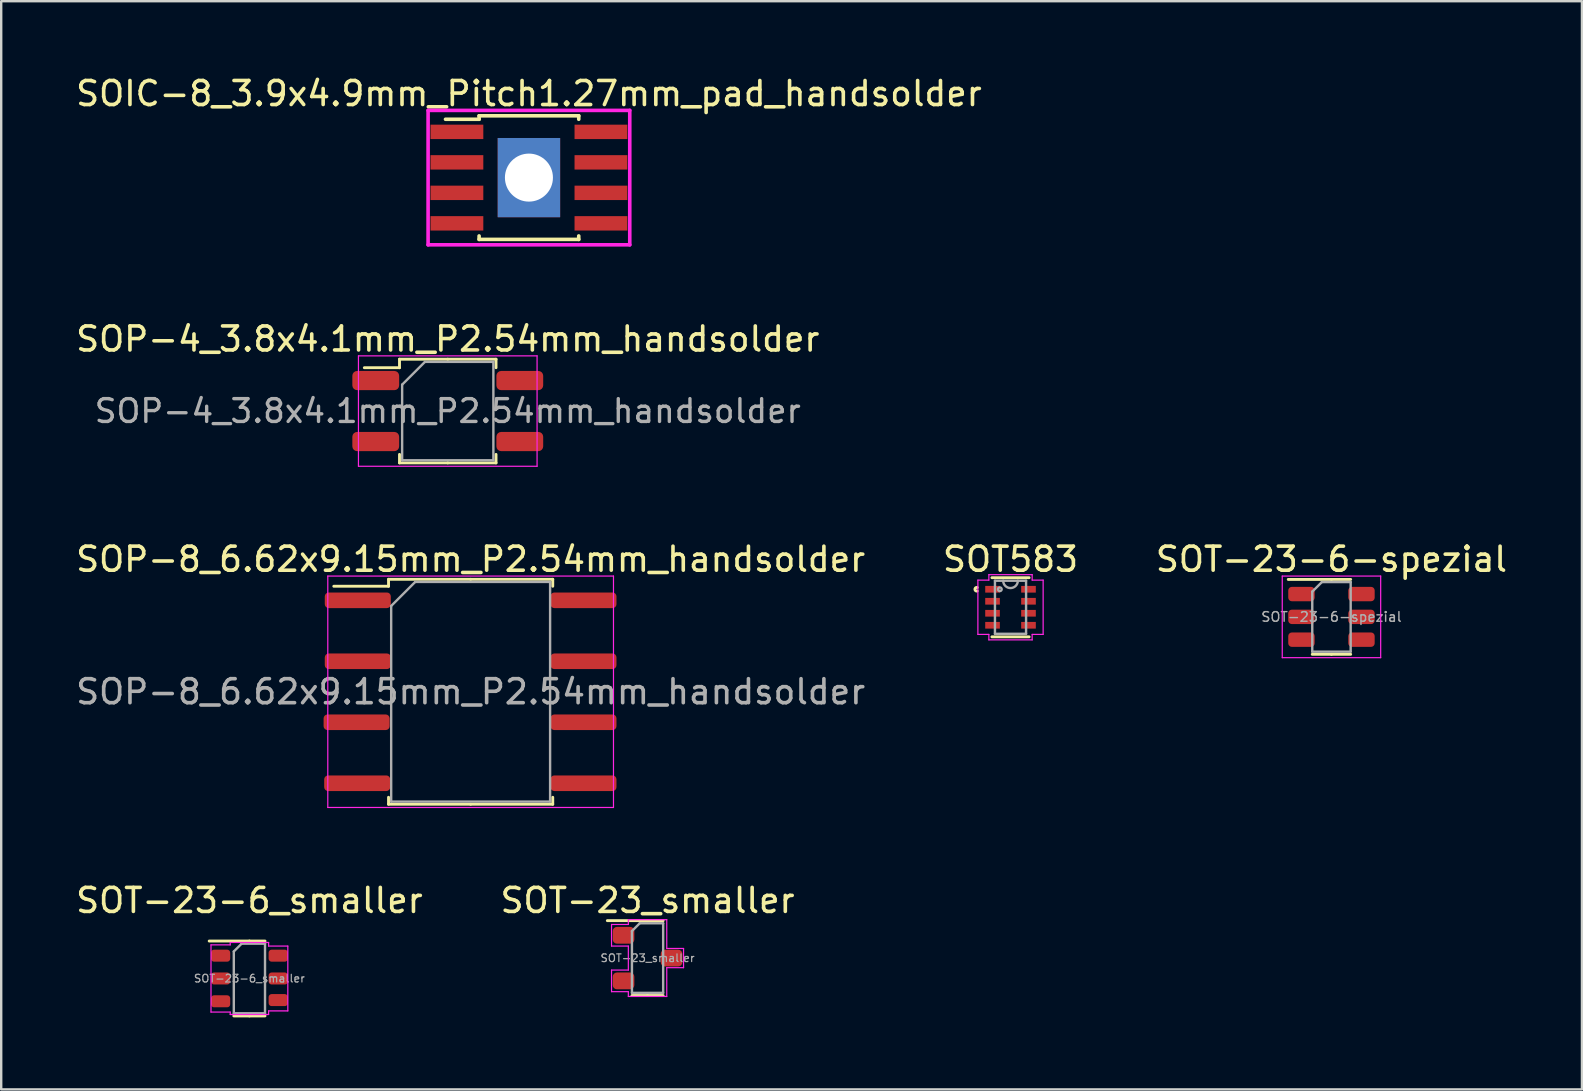
<source format=kicad_pcb>
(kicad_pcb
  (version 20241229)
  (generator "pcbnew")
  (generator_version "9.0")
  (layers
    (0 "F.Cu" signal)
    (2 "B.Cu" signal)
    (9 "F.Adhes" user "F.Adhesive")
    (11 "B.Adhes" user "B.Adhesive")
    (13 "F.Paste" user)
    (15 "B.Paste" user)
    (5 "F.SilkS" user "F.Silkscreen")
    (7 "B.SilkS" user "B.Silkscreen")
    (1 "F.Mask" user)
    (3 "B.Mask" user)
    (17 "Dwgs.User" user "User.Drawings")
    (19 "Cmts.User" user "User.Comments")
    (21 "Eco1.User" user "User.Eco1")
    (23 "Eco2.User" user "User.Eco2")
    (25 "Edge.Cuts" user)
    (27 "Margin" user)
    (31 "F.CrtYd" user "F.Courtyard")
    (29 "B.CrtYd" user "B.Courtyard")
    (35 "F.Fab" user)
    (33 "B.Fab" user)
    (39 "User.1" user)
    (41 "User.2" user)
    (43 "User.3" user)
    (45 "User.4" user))
  (footprint "SOT-23_smaller"
    (layer "F.Cu")
    (at 23.923 36.858)
    (property "Reference" "SOT-23_smaller" (at 0 -2.4 0) (layer "F.SilkS") (effects (font (size 1 1) (thickness 0.15))))
    (attr smd)
    (fp_line (start 0 -1.56) (end -1.675 -1.56) (stroke (width 0.12) (type solid)) (layer "F.SilkS"))
    (fp_line (start 0 -1.56) (end 0.65 -1.56) (stroke (width 0.12) (type solid)) (layer "F.SilkS"))
    (fp_line (start 0 1.56) (end -0.65 1.56) (stroke (width 0.12) (type solid)) (layer "F.SilkS"))
    (fp_line (start 0 1.56) (end 0.65 1.56) (stroke (width 0.12) (type solid)) (layer "F.SilkS"))
    (fp_line (start -1.5 -1.4) (end -1.5 -0.5) (stroke (width 0.05) (type solid)) (layer "F.CrtYd"))
    (fp_line (start -1.5 -1.4) (end -0.8 -1.4) (stroke (width 0.05) (type solid)) (layer "F.CrtYd"))
    (fp_line (start -1.5 -0.5) (end -0.8 -0.5) (stroke (width 0.05) (type solid)) (layer "F.CrtYd"))
    (fp_line (start -1.5 1.4) (end -1.5 0.5) (stroke (width 0.05) (type solid)) (layer "F.CrtYd"))
    (fp_line (start -0.8 -1.4) (end -0.8 -1.6) (stroke (width 0.05) (type solid)) (layer "F.CrtYd"))
    (fp_line (start -0.8 -0.5) (end -0.8 0.5) (stroke (width 0.05) (type solid)) (layer "F.CrtYd"))
    (fp_line (start -0.8 0.5) (end -1.5 0.5) (stroke (width 0.05) (type solid)) (layer "F.CrtYd"))
    (fp_line (start -0.8 1.4) (end -1.5 1.4) (stroke (width 0.05) (type solid)) (layer "F.CrtYd"))
    (fp_line (start -0.8 1.6) (end -0.8 1.4) (stroke (width 0.05) (type solid)) (layer "F.CrtYd"))
    (fp_line (start -0.8 1.6) (end 0.8 1.6) (stroke (width 0.05) (type solid)) (layer "F.CrtYd"))
    (fp_line (start 0.8 -1.6) (end -0.8 -1.6) (stroke (width 0.05) (type solid)) (layer "F.CrtYd"))
    (fp_line (start 0.8 -1.6) (end 0.8 -0.4) (stroke (width 0.05) (type solid)) (layer "F.CrtYd"))
    (fp_line (start 0.8 -0.4) (end 1.5 -0.4) (stroke (width 0.05) (type solid)) (layer "F.CrtYd"))
    (fp_line (start 0.8 0.4) (end 1.5 0.4) (stroke (width 0.05) (type solid)) (layer "F.CrtYd"))
    (fp_line (start 0.8 1.6) (end 0.8 0.4) (stroke (width 0.05) (type solid)) (layer "F.CrtYd"))
    (fp_line (start 1.5 0.4) (end 1.5 -0.4) (stroke (width 0.05) (type solid)) (layer "F.CrtYd"))
    (fp_line (start -0.65 -1.125) (end -0.325 -1.45) (stroke (width 0.1) (type solid)) (layer "F.Fab"))
    (fp_line (start -0.65 1.45) (end -0.65 -1.125) (stroke (width 0.1) (type solid)) (layer "F.Fab"))
    (fp_line (start -0.325 -1.45) (end 0.65 -1.45) (stroke (width 0.1) (type solid)) (layer "F.Fab"))
    (fp_line (start 0.65 -1.45) (end 0.65 1.45) (stroke (width 0.1) (type solid)) (layer "F.Fab"))
    (fp_line (start 0.65 1.45) (end -0.65 1.45) (stroke (width 0.1) (type solid)) (layer "F.Fab"))
    (fp_text user "${REFERENCE}" (at 0 0 0) (layer "F.Fab") (effects (font (size 0.32 0.32) (thickness 0.05))))
    (pad "1" smd roundrect (at -1 -0.95) (size 0.9 0.7) (layers "F.Cu" "F.Mask" "F.Paste") (roundrect_rratio 0.25))
    (pad "2" smd roundrect (at -1 0.95) (size 0.9 0.7) (layers "F.Cu" "F.Mask" "F.Paste") (roundrect_rratio 0.25))
    (pad "3" smd roundrect (at 1 0) (size 0.9 0.7) (layers "F.Cu" "F.Mask" "F.Paste") (roundrect_rratio 0.25)))
  (footprint "SOP-8_6.62x9.15mm_P2.54mm_handsolder"
    (layer "F.Cu")
    (at 16.554 25.765)
    (property "Reference" "SOP-8_6.62x9.15mm_P2.54mm_handsolder" (at 0 -5.52 0) (layer "F.SilkS") (effects (font (size 1 1) (thickness 0.15))))
    (attr smd)
    (fp_line (start -3.42 -4.685) (end -3.42 -4.395) (stroke (width 0.12) (type solid)) (layer "F.SilkS"))
    (fp_line (start -3.42 -4.395) (end -5.7 -4.395) (stroke (width 0.12) (type solid)) (layer "F.SilkS"))
    (fp_line (start -3.42 4.685) (end -3.42 4.395) (stroke (width 0.12) (type solid)) (layer "F.SilkS"))
    (fp_line (start 0 -4.685) (end -3.42 -4.685) (stroke (width 0.12) (type solid)) (layer "F.SilkS"))
    (fp_line (start 0 -4.685) (end 3.42 -4.685) (stroke (width 0.12) (type solid)) (layer "F.SilkS"))
    (fp_line (start 0 4.685) (end -3.42 4.685) (stroke (width 0.12) (type solid)) (layer "F.SilkS"))
    (fp_line (start 0 4.685) (end 3.42 4.685) (stroke (width 0.12) (type solid)) (layer "F.SilkS"))
    (fp_line (start 3.42 -4.685) (end 3.42 -4.395) (stroke (width 0.12) (type solid)) (layer "F.SilkS"))
    (fp_line (start 3.42 4.685) (end 3.42 4.395) (stroke (width 0.12) (type solid)) (layer "F.SilkS"))
    (fp_line (start -5.95 -4.82) (end -5.95 4.82) (stroke (width 0.05) (type solid)) (layer "F.CrtYd"))
    (fp_line (start -5.95 4.82) (end 5.95 4.82) (stroke (width 0.05) (type solid)) (layer "F.CrtYd"))
    (fp_line (start 5.95 -4.82) (end -5.95 -4.82) (stroke (width 0.05) (type solid)) (layer "F.CrtYd"))
    (fp_line (start 5.95 4.82) (end 5.95 -4.82) (stroke (width 0.05) (type solid)) (layer "F.CrtYd"))
    (fp_line (start -3.31 -3.575) (end -2.31 -4.575) (stroke (width 0.1) (type solid)) (layer "F.Fab"))
    (fp_line (start -3.31 4.575) (end -3.31 -3.575) (stroke (width 0.1) (type solid)) (layer "F.Fab"))
    (fp_line (start -2.31 -4.575) (end 3.31 -4.575) (stroke (width 0.1) (type solid)) (layer "F.Fab"))
    (fp_line (start 3.31 -4.575) (end 3.31 4.575) (stroke (width 0.1) (type solid)) (layer "F.Fab"))
    (fp_line (start 3.31 4.575) (end -3.31 4.575) (stroke (width 0.1) (type solid)) (layer "F.Fab"))
    (fp_text user "${REFERENCE}" (at 0 0 0) (layer "F.Fab") (effects (font (size 1 1) (thickness 0.15))))
    (pad "1" smd roundrect (at -4.7 -3.81) (size 2.75 0.65) (layers "F.Cu" "F.Mask" "F.Paste") (roundrect_rratio 0.25))
    (pad "2" smd roundrect (at -4.7 -1.27) (size 2.75 0.65) (layers "F.Cu" "F.Mask" "F.Paste") (roundrect_rratio 0.25))
    (pad "3" smd roundrect (at -4.75 1.27) (size 2.75 0.65) (layers "F.Cu" "F.Mask" "F.Paste") (roundrect_rratio 0.25))
    (pad "4" smd roundrect (at -4.725 3.81) (size 2.75 0.65) (layers "F.Cu" "F.Mask" "F.Paste") (roundrect_rratio 0.25))
    (pad "5" smd roundrect (at 4.7 3.81) (size 2.75 0.65) (layers "F.Cu" "F.Mask" "F.Paste") (roundrect_rratio 0.25))
    (pad "6" smd roundrect (at 4.7 1.27) (size 2.75 0.65) (layers "F.Cu" "F.Mask" "F.Paste") (roundrect_rratio 0.25))
    (pad "7" smd roundrect (at 4.7 -1.27) (size 2.75 0.65) (layers "F.Cu" "F.Mask" "F.Paste") (roundrect_rratio 0.25))
    (pad "8" smd roundrect (at 4.7 -3.81) (size 2.75 0.65) (layers "F.Cu" "F.Mask" "F.Paste") (roundrect_rratio 0.25)))
  (footprint "SOT-23-6-spezial"
    (layer "F.Cu")
    (at 52.411 22.645)
    (property "Reference" "SOT-23-6-spezial" (at 0 -2.4 0) (layer "F.SilkS") (effects (font (size 1 1) (thickness 0.15))))
    (attr smd)
    (fp_line (start 0 -1.56) (end -1.8 -1.56) (stroke (width 0.12) (type solid)) (layer "F.SilkS"))
    (fp_line (start 0 -1.56) (end 0.8 -1.56) (stroke (width 0.12) (type solid)) (layer "F.SilkS"))
    (fp_line (start 0 1.56) (end -0.8 1.56) (stroke (width 0.12) (type solid)) (layer "F.SilkS"))
    (fp_line (start 0 1.56) (end 0.8 1.56) (stroke (width 0.12) (type solid)) (layer "F.SilkS"))
    (fp_line (start -2.05 -1.7) (end -2.05 1.7) (stroke (width 0.05) (type solid)) (layer "F.CrtYd"))
    (fp_line (start -2.05 1.7) (end 2.05 1.7) (stroke (width 0.05) (type solid)) (layer "F.CrtYd"))
    (fp_line (start 2.05 -1.7) (end -2.05 -1.7) (stroke (width 0.05) (type solid)) (layer "F.CrtYd"))
    (fp_line (start 2.05 1.7) (end 2.05 -1.7) (stroke (width 0.05) (type solid)) (layer "F.CrtYd"))
    (fp_line (start -0.8 -1.05) (end -0.4 -1.45) (stroke (width 0.1) (type solid)) (layer "F.Fab"))
    (fp_line (start -0.8 1.45) (end -0.8 -1.05) (stroke (width 0.1) (type solid)) (layer "F.Fab"))
    (fp_line (start -0.4 -1.45) (end 0.8 -1.45) (stroke (width 0.1) (type solid)) (layer "F.Fab"))
    (fp_line (start 0.8 -1.45) (end 0.8 1.45) (stroke (width 0.1) (type solid)) (layer "F.Fab"))
    (fp_line (start 0.8 1.45) (end -0.8 1.45) (stroke (width 0.1) (type solid)) (layer "F.Fab"))
    (fp_text user "${REFERENCE}" (at 0 0 0) (layer "F.Fab") (effects (font (size 0.4 0.4) (thickness 0.06))))
    (pad "1" smd roundrect (at -1.25 -0.95) (size 1.1 0.6) (layers "F.Cu" "F.Mask" "F.Paste") (roundrect_rratio 0.25))
    (pad "2" smd roundrect (at -1.25 0) (size 1.1 0.6) (layers "F.Cu" "F.Mask" "F.Paste") (roundrect_rratio 0.25))
    (pad "3" smd roundrect (at -1.25 0.95) (size 1.1 0.6) (layers "F.Cu" "F.Mask" "F.Paste") (roundrect_rratio 0.25))
    (pad "4" smd roundrect (at 1.25 0.95) (size 1.1 0.6) (layers "F.Cu" "F.Mask" "F.Paste") (roundrect_rratio 0.25))
    (pad "5" smd roundrect (at 1.25 0) (size 1.1 0.6) (layers "F.Cu" "F.Mask" "F.Paste") (roundrect_rratio 0.25))
    (pad "6" smd roundrect (at 1.25 -0.95) (size 1.1 0.6) (layers "F.Cu" "F.Mask" "F.Paste") (roundrect_rratio 0.25)))
  (footprint "SOIC-8_3.9x4.9mm_Pitch1.27mm_pad_handsolder"
    (layer "F.Cu")
    (at 18.982 4.348)
    (property "Reference" "SOIC-8_3.9x4.9mm_Pitch1.27mm_pad_handsolder" (at 0 -3.5 0) (layer "F.SilkS") (effects (font (size 1 1) (thickness 0.15))))
    (attr smd)
    (fp_line (start -2.075 -2.575) (end -2.075 -2.43) (stroke (width 0.15) (type solid)) (layer "F.SilkS"))
    (fp_line (start -2.075 -2.575) (end 2.075 -2.575) (stroke (width 0.15) (type solid)) (layer "F.SilkS"))
    (fp_line (start -2.075 -2.43) (end -3.475 -2.43) (stroke (width 0.15) (type solid)) (layer "F.SilkS"))
    (fp_line (start -2.075 2.575) (end -2.075 2.43) (stroke (width 0.15) (type solid)) (layer "F.SilkS"))
    (fp_line (start -2.075 2.575) (end 2.075 2.575) (stroke (width 0.15) (type solid)) (layer "F.SilkS"))
    (fp_line (start 2.075 -2.575) (end 2.075 -2.43) (stroke (width 0.15) (type solid)) (layer "F.SilkS"))
    (fp_line (start 2.075 2.575) (end 2.075 2.43) (stroke (width 0.15) (type solid)) (layer "F.SilkS"))
    (fp_line (start -4.2 -2.8) (end -4.2 2.8) (stroke (width 0.15) (type solid)) (layer "F.CrtYd"))
    (fp_line (start -4.2 2.8) (end 4.2 2.8) (stroke (width 0.15) (type solid)) (layer "F.CrtYd"))
    (fp_line (start 4.2 -2.8) (end -4.2 -2.8) (stroke (width 0.15) (type solid)) (layer "F.CrtYd"))
    (fp_line (start 4.2 2.8) (end 4.2 -2.8) (stroke (width 0.15) (type solid)) (layer "F.CrtYd"))
    (pad "1" smd rect (at -3 -1.905) (size 2.2 0.6) (layers "F.Cu" "F.Mask" "F.Paste"))
    (pad "2" smd rect (at -3 -0.635) (size 2.2 0.6) (layers "F.Cu" "F.Mask" "F.Paste"))
    (pad "3" smd rect (at -3 0.635) (size 2.2 0.6) (layers "F.Cu" "F.Mask" "F.Paste"))
    (pad "4" smd rect (at -3 1.905) (size 2.2 0.6) (layers "F.Cu" "F.Mask" "F.Paste"))
    (pad "5" smd rect (at 3 1.905) (size 2.2 0.6) (layers "F.Cu" "F.Mask" "F.Paste"))
    (pad "6" smd rect (at 3 0.635) (size 2.2 0.6) (layers "F.Cu" "F.Mask" "F.Paste"))
    (pad "7" smd rect (at 3 -0.635) (size 2.2 0.6) (layers "F.Cu" "F.Mask" "F.Paste"))
    (pad "8" smd rect (at 3 -1.905) (size 2.2 0.6) (layers "F.Cu" "F.Mask" "F.Paste"))
    (pad "9" thru_hole trapezoid (at 0 0) (size 2.6 3.3) (drill 2) (layers "*.Cu" "*.Mask")))
  (footprint "SOP-4_3.8x4.1mm_P2.54mm_handsolder"
    (layer "F.Cu")
    (at 15.601 14.072)
    (property "Reference" "SOP-4_3.8x4.1mm_P2.54mm_handsolder" (at 0 -3 0) (layer "F.SilkS") (effects (font (size 1 1) (thickness 0.15))))
    (attr smd)
    (fp_line (start -2.01 -2.16) (end -2.01 -1.805) (stroke (width 0.12) (type solid)) (layer "F.SilkS"))
    (fp_line (start -2.01 -1.805) (end -3.475 -1.805) (stroke (width 0.12) (type solid)) (layer "F.SilkS"))
    (fp_line (start -2.01 2.16) (end -2.01 1.805) (stroke (width 0.12) (type solid)) (layer "F.SilkS"))
    (fp_line (start 0 -2.16) (end -2.01 -2.16) (stroke (width 0.12) (type solid)) (layer "F.SilkS"))
    (fp_line (start 0 -2.16) (end 2.01 -2.16) (stroke (width 0.12) (type solid)) (layer "F.SilkS"))
    (fp_line (start 0 2.16) (end -2.01 2.16) (stroke (width 0.12) (type solid)) (layer "F.SilkS"))
    (fp_line (start 0 2.16) (end 2.01 2.16) (stroke (width 0.12) (type solid)) (layer "F.SilkS"))
    (fp_line (start 2.01 -2.16) (end 2.01 -1.805) (stroke (width 0.12) (type solid)) (layer "F.SilkS"))
    (fp_line (start 2.01 2.16) (end 2.01 1.805) (stroke (width 0.12) (type solid)) (layer "F.SilkS"))
    (fp_line (start -3.72 -2.3) (end -3.72 2.3) (stroke (width 0.05) (type solid)) (layer "F.CrtYd"))
    (fp_line (start -3.72 2.3) (end 3.72 2.3) (stroke (width 0.05) (type solid)) (layer "F.CrtYd"))
    (fp_line (start 3.72 -2.3) (end -3.72 -2.3) (stroke (width 0.05) (type solid)) (layer "F.CrtYd"))
    (fp_line (start 3.72 2.3) (end 3.72 -2.3) (stroke (width 0.05) (type solid)) (layer "F.CrtYd"))
    (fp_line (start -1.9 -1.1) (end -0.95 -2.05) (stroke (width 0.1) (type solid)) (layer "F.Fab"))
    (fp_line (start -1.9 2.05) (end -1.9 -1.1) (stroke (width 0.1) (type solid)) (layer "F.Fab"))
    (fp_line (start -0.95 -2.05) (end 1.9 -2.05) (stroke (width 0.1) (type solid)) (layer "F.Fab"))
    (fp_line (start 1.9 -2.05) (end 1.9 2.05) (stroke (width 0.1) (type solid)) (layer "F.Fab"))
    (fp_line (start 1.9 2.05) (end -1.9 2.05) (stroke (width 0.1) (type solid)) (layer "F.Fab"))
    (fp_text user "${REFERENCE}" (at 0 0 0) (layer "F.Fab") (effects (font (size 0.95 0.95) (thickness 0.14))))
    (pad "1" smd roundrect (at -3 -1.27) (size 1.95 0.8) (layers "F.Cu" "F.Mask" "F.Paste") (roundrect_rratio 0.25))
    (pad "2" smd roundrect (at -3 1.27) (size 1.95 0.8) (layers "F.Cu" "F.Mask" "F.Paste") (roundrect_rratio 0.25))
    (pad "3" smd roundrect (at 3 1.27) (size 1.95 0.8) (layers "F.Cu" "F.Mask" "F.Paste") (roundrect_rratio 0.25))
    (pad "4" smd roundrect (at 3 -1.27) (size 1.95 0.8) (layers "F.Cu" "F.Mask" "F.Paste") (roundrect_rratio 0.25)))
  (footprint "SOT-23-6_smaller"
    (layer "F.Cu")
    (at 7.339 37.708)
    (property "Reference" "SOT-23-6_smaller" (at 0 -3.25 0) (layer "F.SilkS") (effects (font (size 1 1) (thickness 0.15))))
    (attr smd)
    (fp_line (start 0 -1.56) (end -1.675 -1.56) (stroke (width 0.12) (type solid)) (layer "F.SilkS"))
    (fp_line (start 0 -1.56) (end 0.65 -1.56) (stroke (width 0.12) (type solid)) (layer "F.SilkS"))
    (fp_line (start 0 1.56) (end -0.65 1.56) (stroke (width 0.12) (type solid)) (layer "F.SilkS"))
    (fp_line (start 0 1.56) (end 0.65 1.56) (stroke (width 0.12) (type solid)) (layer "F.SilkS"))
    (fp_line (start -1.6 -1.4) (end -1.6 1.4) (stroke (width 0.05) (type solid)) (layer "F.CrtYd"))
    (fp_line (start -1.6 -1.4) (end -0.8 -1.4) (stroke (width 0.05) (type solid)) (layer "F.CrtYd"))
    (fp_line (start -0.8 -1.4) (end -0.8 -1.5) (stroke (width 0.05) (type solid)) (layer "F.CrtYd"))
    (fp_line (start -0.8 1.4) (end -1.6 1.4) (stroke (width 0.05) (type solid)) (layer "F.CrtYd"))
    (fp_line (start -0.8 1.5) (end -0.8 1.4) (stroke (width 0.05) (type solid)) (layer "F.CrtYd"))
    (fp_line (start -0.8 1.5) (end 0.8 1.5) (stroke (width 0.05) (type solid)) (layer "F.CrtYd"))
    (fp_line (start 0.8 -1.5) (end -0.8 -1.5) (stroke (width 0.05) (type solid)) (layer "F.CrtYd"))
    (fp_line (start 0.8 -1.5) (end 0.8 -1.35) (stroke (width 0.05) (type solid)) (layer "F.CrtYd"))
    (fp_line (start 0.8 -1.35) (end 1.6 -1.35) (stroke (width 0.05) (type solid)) (layer "F.CrtYd"))
    (fp_line (start 0.8 1.35) (end 1.6 1.35) (stroke (width 0.05) (type solid)) (layer "F.CrtYd"))
    (fp_line (start 0.8 1.5) (end 0.8 1.35) (stroke (width 0.05) (type solid)) (layer "F.CrtYd"))
    (fp_line (start 1.6 1.35) (end 1.6 -1.35) (stroke (width 0.05) (type solid)) (layer "F.CrtYd"))
    (fp_line (start -0.65 -1.125) (end -0.325 -1.45) (stroke (width 0.1) (type solid)) (layer "F.Fab"))
    (fp_line (start -0.65 1.45) (end -0.65 -1.125) (stroke (width 0.1) (type solid)) (layer "F.Fab"))
    (fp_line (start -0.325 -1.45) (end 0.65 -1.45) (stroke (width 0.1) (type solid)) (layer "F.Fab"))
    (fp_line (start 0.65 -1.45) (end 0.65 1.45) (stroke (width 0.1) (type solid)) (layer "F.Fab"))
    (fp_line (start 0.65 1.45) (end -0.65 1.45) (stroke (width 0.1) (type solid)) (layer "F.Fab"))
    (fp_text user "${REFERENCE}" (at 0 0 0) (layer "F.Fab") (effects (font (size 0.32 0.32) (thickness 0.05))))
    (pad "1" smd roundrect (at -1.2 -0.95) (size 0.8 0.5) (layers "F.Cu" "F.Mask" "F.Paste") (roundrect_rratio 0.25))
    (pad "2" smd roundrect (at -1.2 0) (size 0.8 0.5) (layers "F.Cu" "F.Mask" "F.Paste") (roundrect_rratio 0.25))
    (pad "3" smd roundrect (at -1.2 0.95) (size 0.8 0.5) (layers "F.Cu" "F.Mask" "F.Paste") (roundrect_rratio 0.25))
    (pad "4" smd roundrect (at 1.2 0.9) (size 0.8 0.5) (layers "F.Cu" "F.Mask" "F.Paste") (roundrect_rratio 0.25))
    (pad "5" smd roundrect (at 1.2 0) (size 0.8 0.5) (layers "F.Cu" "F.Mask" "F.Paste") (roundrect_rratio 0.25))
    (pad "6" smd roundrect (at 1.2 -0.95) (size 0.8 0.5) (layers "F.Cu" "F.Mask" "F.Paste") (roundrect_rratio 0.25)))
  (footprint "SOT583"
    (layer "F.Cu")
    (at 39.042 22.245)
    (property "Reference" "SOT583" (at 0 -2 0) (layer "F.SilkS") (effects (font (size 1 1) (thickness 0.15))))
    (attr through_hole)
    (fp_line (start -0.775 1.232) (end 0.775 1.232) (stroke (width 0.12) (type solid)) (layer "F.SilkS"))
    (fp_line (start 0.775 -1.232) (end -0.775 -1.232) (stroke (width 0.12) (type solid)) (layer "F.SilkS"))
    (fp_arc (start -1.38684 -0.676171) (mid -1.4819 -0.75) (end -1.38684 -0.823829) (stroke (width 0.12) (type solid)) (layer "F.SilkS"))
    (fp_line (start -1.359 -1.131) (end -0.902 -1.131) (stroke (width 0.05) (type solid)) (layer "F.CrtYd"))
    (fp_line (start -1.359 1.131) (end -1.359 -1.131) (stroke (width 0.05) (type solid)) (layer "F.CrtYd"))
    (fp_line (start -0.902 -1.359) (end 0.902 -1.359) (stroke (width 0.05) (type solid)) (layer "F.CrtYd"))
    (fp_line (start -0.902 -1.131) (end -0.902 -1.359) (stroke (width 0.05) (type solid)) (layer "F.CrtYd"))
    (fp_line (start -0.902 1.131) (end -1.359 1.131) (stroke (width 0.05) (type solid)) (layer "F.CrtYd"))
    (fp_line (start -0.902 1.359) (end -0.902 1.131) (stroke (width 0.05) (type solid)) (layer "F.CrtYd"))
    (fp_line (start 0.902 -1.359) (end 0.902 -1.131) (stroke (width 0.05) (type solid)) (layer "F.CrtYd"))
    (fp_line (start 0.902 -1.131) (end 1.359 -1.131) (stroke (width 0.05) (type solid)) (layer "F.CrtYd"))
    (fp_line (start 0.902 1.131) (end 0.902 1.359) (stroke (width 0.05) (type solid)) (layer "F.CrtYd"))
    (fp_line (start 0.902 1.359) (end -0.902 1.359) (stroke (width 0.05) (type solid)) (layer "F.CrtYd"))
    (fp_line (start 1.359 -1.131) (end 1.359 1.131) (stroke (width 0.05) (type solid)) (layer "F.CrtYd"))
    (fp_line (start 1.359 1.131) (end 0.902 1.131) (stroke (width 0.05) (type solid)) (layer "F.CrtYd"))
    (fp_line (start -0.648 -1.105) (end -0.648 1.105) (stroke (width 0.1) (type solid)) (layer "F.Fab"))
    (fp_line (start -0.648 1.105) (end 0.648 1.105) (stroke (width 0.1) (type solid)) (layer "F.Fab"))
    (fp_line (start 0.648 -1.105) (end -0.648 -1.105) (stroke (width 0.1) (type solid)) (layer "F.Fab"))
    (fp_line (start 0.648 1.105) (end 0.648 -1.105) (stroke (width 0.1) (type solid)) (layer "F.Fab"))
    (fp_arc (start 0.3048 -1.1049) (mid 0 -0.8001) (end -0.3048 -1.1049) (stroke (width 0.1) (type solid)) (layer "F.Fab"))
    (fp_circle (center -0.445 -0.75) (end -0.368 -0.75) (stroke (width 0.1) (type solid)) (fill no) (layer "F.Fab"))
    (pad "1" smd rect (at -0.749 -0.75) (size 0.61 0.279) (layers "F.Cu" "F.Mask" "F.Paste"))
    (pad "2" smd rect (at -0.749 -0.25) (size 0.61 0.279) (layers "F.Cu" "F.Mask" "F.Paste"))
    (pad "3" smd rect (at -0.749 0.25) (size 0.61 0.279) (layers "F.Cu" "F.Mask" "F.Paste"))
    (pad "4" smd rect (at -0.749 0.75) (size 0.61 0.279) (layers "F.Cu" "F.Mask" "F.Paste"))
    (pad "5" smd rect (at 0.749 0.75) (size 0.61 0.279) (layers "F.Cu" "F.Mask" "F.Paste"))
    (pad "6" smd rect (at 0.749 0.25) (size 0.61 0.279) (layers "F.Cu" "F.Mask" "F.Paste"))
    (pad "7" smd rect (at 0.749 -0.25) (size 0.61 0.279) (layers "F.Cu" "F.Mask" "F.Paste"))
    (pad "8" smd rect (at 0.749 -0.75) (size 0.61 0.279) (layers "F.Cu" "F.Mask" "F.Paste")))
  (gr_rect
    (start -3 -3)
    (end 62.845 42.328)
    (stroke (width 0.1) (type default))
    (fill no)
    (layer "Edge.Cuts")))
</source>
